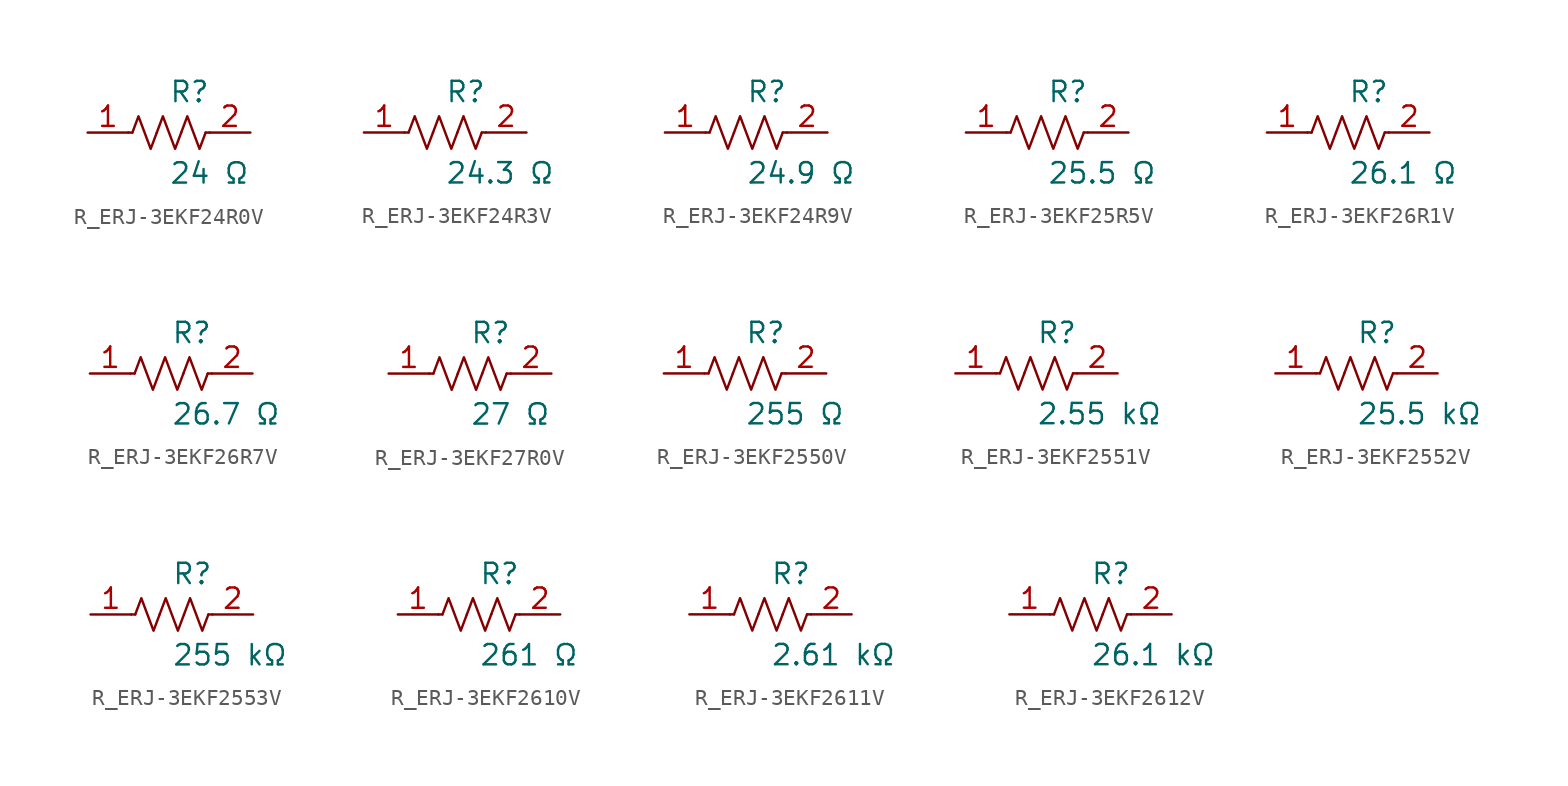
<source format=kicad_sym>
(kicad_symbol_lib
  (version 20231120)
  (generator kicad_symbol_editor)
  (generator_version 8.0)
  (symbol "R_ERJ-3EKF24R0V"
    (pin_names
      (offset 0.254))
    (property "Reference" "R"
      (at 0.0 2.54 0)
      (effects (font (size 1.27 1.27)) (justify left)))
    (property "Value" "24 Ω"
      (at 0.0 -2.54 0)
      (effects (font (size 1.27 1.27)) (justify left)))
    (symbol "R_ERJ-3EKF24R0V_0_1"
      (polyline (pts (xy 2.286 0) (xy 2.54 0)) (stroke (width 0) (type default)) (fill (type none)))
      (polyline (pts (xy -2.286 0) (xy -2.54 0)) (stroke (width 0) (type default)) (fill (type none)))
      (polyline (pts (xy 0.762 0) (xy 1.143 1.016) (xy 1.524 0) (xy 1.905 -1.016) (xy 2.286 0)) (stroke (width 0) (type default)) (fill (type none)))
      (polyline (pts (xy -0.762 0) (xy -0.381 1.016) (xy 0 0) (xy 0.381 -1.016) (xy 0.762 0)) (stroke (width 0) (type default)) (fill (type none)))
      (polyline (pts (xy -2.286 0) (xy -1.905 1.016) (xy -1.524 0) (xy -1.143 -1.016) (xy -0.762 0)) (stroke (width 0) (type default)) (fill (type none))))
    (pin unspecified line
      (at -5.08 0 0)
      (length 2.54)
      (name "" (effects (font (size 1.27 1.27))))
      (number "1" (effects (font (size 1.27 1.27)))))
    (pin unspecified line
      (at 5.08 0 180)
      (length 2.54)
      (name "" (effects (font (size 1.27 1.27))))
      (number "2" (effects (font (size 1.27 1.27))))))
  (symbol "R_ERJ-3EKF24R3V"
    (pin_names
      (offset 0.254))
    (property "Reference" "R"
      (at 0.0 2.54 0)
      (effects (font (size 1.27 1.27)) (justify left)))
    (property "Value" "24.3 Ω"
      (at 0.0 -2.54 0)
      (effects (font (size 1.27 1.27)) (justify left)))
    (symbol "R_ERJ-3EKF24R3V_0_1"
      (polyline (pts (xy 2.286 0) (xy 2.54 0)) (stroke (width 0) (type default)) (fill (type none)))
      (polyline (pts (xy -2.286 0) (xy -2.54 0)) (stroke (width 0) (type default)) (fill (type none)))
      (polyline (pts (xy 0.762 0) (xy 1.143 1.016) (xy 1.524 0) (xy 1.905 -1.016) (xy 2.286 0)) (stroke (width 0) (type default)) (fill (type none)))
      (polyline (pts (xy -0.762 0) (xy -0.381 1.016) (xy 0 0) (xy 0.381 -1.016) (xy 0.762 0)) (stroke (width 0) (type default)) (fill (type none)))
      (polyline (pts (xy -2.286 0) (xy -1.905 1.016) (xy -1.524 0) (xy -1.143 -1.016) (xy -0.762 0)) (stroke (width 0) (type default)) (fill (type none))))
    (pin unspecified line
      (at -5.08 0 0)
      (length 2.54)
      (name "" (effects (font (size 1.27 1.27))))
      (number "1" (effects (font (size 1.27 1.27)))))
    (pin unspecified line
      (at 5.08 0 180)
      (length 2.54)
      (name "" (effects (font (size 1.27 1.27))))
      (number "2" (effects (font (size 1.27 1.27))))))
  (symbol "R_ERJ-3EKF24R9V"
    (pin_names
      (offset 0.254))
    (property "Reference" "R"
      (at 0.0 2.54 0)
      (effects (font (size 1.27 1.27)) (justify left)))
    (property "Value" "24.9 Ω"
      (at 0.0 -2.54 0)
      (effects (font (size 1.27 1.27)) (justify left)))
    (symbol "R_ERJ-3EKF24R9V_0_1"
      (polyline (pts (xy 2.286 0) (xy 2.54 0)) (stroke (width 0) (type default)) (fill (type none)))
      (polyline (pts (xy -2.286 0) (xy -2.54 0)) (stroke (width 0) (type default)) (fill (type none)))
      (polyline (pts (xy 0.762 0) (xy 1.143 1.016) (xy 1.524 0) (xy 1.905 -1.016) (xy 2.286 0)) (stroke (width 0) (type default)) (fill (type none)))
      (polyline (pts (xy -0.762 0) (xy -0.381 1.016) (xy 0 0) (xy 0.381 -1.016) (xy 0.762 0)) (stroke (width 0) (type default)) (fill (type none)))
      (polyline (pts (xy -2.286 0) (xy -1.905 1.016) (xy -1.524 0) (xy -1.143 -1.016) (xy -0.762 0)) (stroke (width 0) (type default)) (fill (type none))))
    (pin unspecified line
      (at -5.08 0 0)
      (length 2.54)
      (name "" (effects (font (size 1.27 1.27))))
      (number "1" (effects (font (size 1.27 1.27)))))
    (pin unspecified line
      (at 5.08 0 180)
      (length 2.54)
      (name "" (effects (font (size 1.27 1.27))))
      (number "2" (effects (font (size 1.27 1.27))))))
  (symbol "R_ERJ-3EKF25R5V"
    (pin_names
      (offset 0.254))
    (property "Reference" "R"
      (at 0.0 2.54 0)
      (effects (font (size 1.27 1.27)) (justify left)))
    (property "Value" "25.5 Ω"
      (at 0.0 -2.54 0)
      (effects (font (size 1.27 1.27)) (justify left)))
    (symbol "R_ERJ-3EKF25R5V_0_1"
      (polyline (pts (xy 2.286 0) (xy 2.54 0)) (stroke (width 0) (type default)) (fill (type none)))
      (polyline (pts (xy -2.286 0) (xy -2.54 0)) (stroke (width 0) (type default)) (fill (type none)))
      (polyline (pts (xy 0.762 0) (xy 1.143 1.016) (xy 1.524 0) (xy 1.905 -1.016) (xy 2.286 0)) (stroke (width 0) (type default)) (fill (type none)))
      (polyline (pts (xy -0.762 0) (xy -0.381 1.016) (xy 0 0) (xy 0.381 -1.016) (xy 0.762 0)) (stroke (width 0) (type default)) (fill (type none)))
      (polyline (pts (xy -2.286 0) (xy -1.905 1.016) (xy -1.524 0) (xy -1.143 -1.016) (xy -0.762 0)) (stroke (width 0) (type default)) (fill (type none))))
    (pin unspecified line
      (at -5.08 0 0)
      (length 2.54)
      (name "" (effects (font (size 1.27 1.27))))
      (number "1" (effects (font (size 1.27 1.27)))))
    (pin unspecified line
      (at 5.08 0 180)
      (length 2.54)
      (name "" (effects (font (size 1.27 1.27))))
      (number "2" (effects (font (size 1.27 1.27))))))
  (symbol "R_ERJ-3EKF26R1V"
    (pin_names
      (offset 0.254))
    (property "Reference" "R"
      (at 0.0 2.54 0)
      (effects (font (size 1.27 1.27)) (justify left)))
    (property "Value" "26.1 Ω"
      (at 0.0 -2.54 0)
      (effects (font (size 1.27 1.27)) (justify left)))
    (symbol "R_ERJ-3EKF26R1V_0_1"
      (polyline (pts (xy 2.286 0) (xy 2.54 0)) (stroke (width 0) (type default)) (fill (type none)))
      (polyline (pts (xy -2.286 0) (xy -2.54 0)) (stroke (width 0) (type default)) (fill (type none)))
      (polyline (pts (xy 0.762 0) (xy 1.143 1.016) (xy 1.524 0) (xy 1.905 -1.016) (xy 2.286 0)) (stroke (width 0) (type default)) (fill (type none)))
      (polyline (pts (xy -0.762 0) (xy -0.381 1.016) (xy 0 0) (xy 0.381 -1.016) (xy 0.762 0)) (stroke (width 0) (type default)) (fill (type none)))
      (polyline (pts (xy -2.286 0) (xy -1.905 1.016) (xy -1.524 0) (xy -1.143 -1.016) (xy -0.762 0)) (stroke (width 0) (type default)) (fill (type none))))
    (pin unspecified line
      (at -5.08 0 0)
      (length 2.54)
      (name "" (effects (font (size 1.27 1.27))))
      (number "1" (effects (font (size 1.27 1.27)))))
    (pin unspecified line
      (at 5.08 0 180)
      (length 2.54)
      (name "" (effects (font (size 1.27 1.27))))
      (number "2" (effects (font (size 1.27 1.27))))))
  (symbol "R_ERJ-3EKF26R7V"
    (pin_names
      (offset 0.254))
    (property "Reference" "R"
      (at 0.0 2.54 0)
      (effects (font (size 1.27 1.27)) (justify left)))
    (property "Value" "26.7 Ω"
      (at 0.0 -2.54 0)
      (effects (font (size 1.27 1.27)) (justify left)))
    (symbol "R_ERJ-3EKF26R7V_0_1"
      (polyline (pts (xy 2.286 0) (xy 2.54 0)) (stroke (width 0) (type default)) (fill (type none)))
      (polyline (pts (xy -2.286 0) (xy -2.54 0)) (stroke (width 0) (type default)) (fill (type none)))
      (polyline (pts (xy 0.762 0) (xy 1.143 1.016) (xy 1.524 0) (xy 1.905 -1.016) (xy 2.286 0)) (stroke (width 0) (type default)) (fill (type none)))
      (polyline (pts (xy -0.762 0) (xy -0.381 1.016) (xy 0 0) (xy 0.381 -1.016) (xy 0.762 0)) (stroke (width 0) (type default)) (fill (type none)))
      (polyline (pts (xy -2.286 0) (xy -1.905 1.016) (xy -1.524 0) (xy -1.143 -1.016) (xy -0.762 0)) (stroke (width 0) (type default)) (fill (type none))))
    (pin unspecified line
      (at -5.08 0 0)
      (length 2.54)
      (name "" (effects (font (size 1.27 1.27))))
      (number "1" (effects (font (size 1.27 1.27)))))
    (pin unspecified line
      (at 5.08 0 180)
      (length 2.54)
      (name "" (effects (font (size 1.27 1.27))))
      (number "2" (effects (font (size 1.27 1.27))))))
  (symbol "R_ERJ-3EKF27R0V"
    (pin_names
      (offset 0.254))
    (property "Reference" "R"
      (at 0.0 2.54 0)
      (effects (font (size 1.27 1.27)) (justify left)))
    (property "Value" "27 Ω"
      (at 0.0 -2.54 0)
      (effects (font (size 1.27 1.27)) (justify left)))
    (symbol "R_ERJ-3EKF27R0V_0_1"
      (polyline (pts (xy 2.286 0) (xy 2.54 0)) (stroke (width 0) (type default)) (fill (type none)))
      (polyline (pts (xy -2.286 0) (xy -2.54 0)) (stroke (width 0) (type default)) (fill (type none)))
      (polyline (pts (xy 0.762 0) (xy 1.143 1.016) (xy 1.524 0) (xy 1.905 -1.016) (xy 2.286 0)) (stroke (width 0) (type default)) (fill (type none)))
      (polyline (pts (xy -0.762 0) (xy -0.381 1.016) (xy 0 0) (xy 0.381 -1.016) (xy 0.762 0)) (stroke (width 0) (type default)) (fill (type none)))
      (polyline (pts (xy -2.286 0) (xy -1.905 1.016) (xy -1.524 0) (xy -1.143 -1.016) (xy -0.762 0)) (stroke (width 0) (type default)) (fill (type none))))
    (pin unspecified line
      (at -5.08 0 0)
      (length 2.54)
      (name "" (effects (font (size 1.27 1.27))))
      (number "1" (effects (font (size 1.27 1.27)))))
    (pin unspecified line
      (at 5.08 0 180)
      (length 2.54)
      (name "" (effects (font (size 1.27 1.27))))
      (number "2" (effects (font (size 1.27 1.27))))))
  (symbol "R_ERJ-3EKF2550V"
    (pin_names
      (offset 0.254))
    (property "Reference" "R"
      (at 0.0 2.54 0)
      (effects (font (size 1.27 1.27)) (justify left)))
    (property "Value" "255 Ω"
      (at 0.0 -2.54 0)
      (effects (font (size 1.27 1.27)) (justify left)))
    (symbol "R_ERJ-3EKF2550V_0_1"
      (polyline (pts (xy 2.286 0) (xy 2.54 0)) (stroke (width 0) (type default)) (fill (type none)))
      (polyline (pts (xy -2.286 0) (xy -2.54 0)) (stroke (width 0) (type default)) (fill (type none)))
      (polyline (pts (xy 0.762 0) (xy 1.143 1.016) (xy 1.524 0) (xy 1.905 -1.016) (xy 2.286 0)) (stroke (width 0) (type default)) (fill (type none)))
      (polyline (pts (xy -0.762 0) (xy -0.381 1.016) (xy 0 0) (xy 0.381 -1.016) (xy 0.762 0)) (stroke (width 0) (type default)) (fill (type none)))
      (polyline (pts (xy -2.286 0) (xy -1.905 1.016) (xy -1.524 0) (xy -1.143 -1.016) (xy -0.762 0)) (stroke (width 0) (type default)) (fill (type none))))
    (pin unspecified line
      (at -5.08 0 0)
      (length 2.54)
      (name "" (effects (font (size 1.27 1.27))))
      (number "1" (effects (font (size 1.27 1.27)))))
    (pin unspecified line
      (at 5.08 0 180)
      (length 2.54)
      (name "" (effects (font (size 1.27 1.27))))
      (number "2" (effects (font (size 1.27 1.27))))))
  (symbol "R_ERJ-3EKF2551V"
    (pin_names
      (offset 0.254))
    (property "Reference" "R"
      (at 0.0 2.54 0)
      (effects (font (size 1.27 1.27)) (justify left)))
    (property "Value" "2.55 kΩ"
      (at 0.0 -2.54 0)
      (effects (font (size 1.27 1.27)) (justify left)))
    (symbol "R_ERJ-3EKF2551V_0_1"
      (polyline (pts (xy 2.286 0) (xy 2.54 0)) (stroke (width 0) (type default)) (fill (type none)))
      (polyline (pts (xy -2.286 0) (xy -2.54 0)) (stroke (width 0) (type default)) (fill (type none)))
      (polyline (pts (xy 0.762 0) (xy 1.143 1.016) (xy 1.524 0) (xy 1.905 -1.016) (xy 2.286 0)) (stroke (width 0) (type default)) (fill (type none)))
      (polyline (pts (xy -0.762 0) (xy -0.381 1.016) (xy 0 0) (xy 0.381 -1.016) (xy 0.762 0)) (stroke (width 0) (type default)) (fill (type none)))
      (polyline (pts (xy -2.286 0) (xy -1.905 1.016) (xy -1.524 0) (xy -1.143 -1.016) (xy -0.762 0)) (stroke (width 0) (type default)) (fill (type none))))
    (pin unspecified line
      (at -5.08 0 0)
      (length 2.54)
      (name "" (effects (font (size 1.27 1.27))))
      (number "1" (effects (font (size 1.27 1.27)))))
    (pin unspecified line
      (at 5.08 0 180)
      (length 2.54)
      (name "" (effects (font (size 1.27 1.27))))
      (number "2" (effects (font (size 1.27 1.27))))))
  (symbol "R_ERJ-3EKF2552V"
    (pin_names
      (offset 0.254))
    (property "Reference" "R"
      (at 0.0 2.54 0)
      (effects (font (size 1.27 1.27)) (justify left)))
    (property "Value" "25.5 kΩ"
      (at 0.0 -2.54 0)
      (effects (font (size 1.27 1.27)) (justify left)))
    (symbol "R_ERJ-3EKF2552V_0_1"
      (polyline (pts (xy 2.286 0) (xy 2.54 0)) (stroke (width 0) (type default)) (fill (type none)))
      (polyline (pts (xy -2.286 0) (xy -2.54 0)) (stroke (width 0) (type default)) (fill (type none)))
      (polyline (pts (xy 0.762 0) (xy 1.143 1.016) (xy 1.524 0) (xy 1.905 -1.016) (xy 2.286 0)) (stroke (width 0) (type default)) (fill (type none)))
      (polyline (pts (xy -0.762 0) (xy -0.381 1.016) (xy 0 0) (xy 0.381 -1.016) (xy 0.762 0)) (stroke (width 0) (type default)) (fill (type none)))
      (polyline (pts (xy -2.286 0) (xy -1.905 1.016) (xy -1.524 0) (xy -1.143 -1.016) (xy -0.762 0)) (stroke (width 0) (type default)) (fill (type none))))
    (pin unspecified line
      (at -5.08 0 0)
      (length 2.54)
      (name "" (effects (font (size 1.27 1.27))))
      (number "1" (effects (font (size 1.27 1.27)))))
    (pin unspecified line
      (at 5.08 0 180)
      (length 2.54)
      (name "" (effects (font (size 1.27 1.27))))
      (number "2" (effects (font (size 1.27 1.27))))))
  (symbol "R_ERJ-3EKF2553V"
    (pin_names
      (offset 0.254))
    (property "Reference" "R"
      (at 0.0 2.54 0)
      (effects (font (size 1.27 1.27)) (justify left)))
    (property "Value" "255 kΩ"
      (at 0.0 -2.54 0)
      (effects (font (size 1.27 1.27)) (justify left)))
    (symbol "R_ERJ-3EKF2553V_0_1"
      (polyline (pts (xy 2.286 0) (xy 2.54 0)) (stroke (width 0) (type default)) (fill (type none)))
      (polyline (pts (xy -2.286 0) (xy -2.54 0)) (stroke (width 0) (type default)) (fill (type none)))
      (polyline (pts (xy 0.762 0) (xy 1.143 1.016) (xy 1.524 0) (xy 1.905 -1.016) (xy 2.286 0)) (stroke (width 0) (type default)) (fill (type none)))
      (polyline (pts (xy -0.762 0) (xy -0.381 1.016) (xy 0 0) (xy 0.381 -1.016) (xy 0.762 0)) (stroke (width 0) (type default)) (fill (type none)))
      (polyline (pts (xy -2.286 0) (xy -1.905 1.016) (xy -1.524 0) (xy -1.143 -1.016) (xy -0.762 0)) (stroke (width 0) (type default)) (fill (type none))))
    (pin unspecified line
      (at -5.08 0 0)
      (length 2.54)
      (name "" (effects (font (size 1.27 1.27))))
      (number "1" (effects (font (size 1.27 1.27)))))
    (pin unspecified line
      (at 5.08 0 180)
      (length 2.54)
      (name "" (effects (font (size 1.27 1.27))))
      (number "2" (effects (font (size 1.27 1.27))))))
  (symbol "R_ERJ-3EKF2610V"
    (pin_names
      (offset 0.254))
    (property "Reference" "R"
      (at 0.0 2.54 0)
      (effects (font (size 1.27 1.27)) (justify left)))
    (property "Value" "261 Ω"
      (at 0.0 -2.54 0)
      (effects (font (size 1.27 1.27)) (justify left)))
    (symbol "R_ERJ-3EKF2610V_0_1"
      (polyline (pts (xy 2.286 0) (xy 2.54 0)) (stroke (width 0) (type default)) (fill (type none)))
      (polyline (pts (xy -2.286 0) (xy -2.54 0)) (stroke (width 0) (type default)) (fill (type none)))
      (polyline (pts (xy 0.762 0) (xy 1.143 1.016) (xy 1.524 0) (xy 1.905 -1.016) (xy 2.286 0)) (stroke (width 0) (type default)) (fill (type none)))
      (polyline (pts (xy -0.762 0) (xy -0.381 1.016) (xy 0 0) (xy 0.381 -1.016) (xy 0.762 0)) (stroke (width 0) (type default)) (fill (type none)))
      (polyline (pts (xy -2.286 0) (xy -1.905 1.016) (xy -1.524 0) (xy -1.143 -1.016) (xy -0.762 0)) (stroke (width 0) (type default)) (fill (type none))))
    (pin unspecified line
      (at -5.08 0 0)
      (length 2.54)
      (name "" (effects (font (size 1.27 1.27))))
      (number "1" (effects (font (size 1.27 1.27)))))
    (pin unspecified line
      (at 5.08 0 180)
      (length 2.54)
      (name "" (effects (font (size 1.27 1.27))))
      (number "2" (effects (font (size 1.27 1.27))))))
  (symbol "R_ERJ-3EKF2611V"
    (pin_names
      (offset 0.254))
    (property "Reference" "R"
      (at 0.0 2.54 0)
      (effects (font (size 1.27 1.27)) (justify left)))
    (property "Value" "2.61 kΩ"
      (at 0.0 -2.54 0)
      (effects (font (size 1.27 1.27)) (justify left)))
    (symbol "R_ERJ-3EKF2611V_0_1"
      (polyline (pts (xy 2.286 0) (xy 2.54 0)) (stroke (width 0) (type default)) (fill (type none)))
      (polyline (pts (xy -2.286 0) (xy -2.54 0)) (stroke (width 0) (type default)) (fill (type none)))
      (polyline (pts (xy 0.762 0) (xy 1.143 1.016) (xy 1.524 0) (xy 1.905 -1.016) (xy 2.286 0)) (stroke (width 0) (type default)) (fill (type none)))
      (polyline (pts (xy -0.762 0) (xy -0.381 1.016) (xy 0 0) (xy 0.381 -1.016) (xy 0.762 0)) (stroke (width 0) (type default)) (fill (type none)))
      (polyline (pts (xy -2.286 0) (xy -1.905 1.016) (xy -1.524 0) (xy -1.143 -1.016) (xy -0.762 0)) (stroke (width 0) (type default)) (fill (type none))))
    (pin unspecified line
      (at -5.08 0 0)
      (length 2.54)
      (name "" (effects (font (size 1.27 1.27))))
      (number "1" (effects (font (size 1.27 1.27)))))
    (pin unspecified line
      (at 5.08 0 180)
      (length 2.54)
      (name "" (effects (font (size 1.27 1.27))))
      (number "2" (effects (font (size 1.27 1.27))))))
  (symbol "R_ERJ-3EKF2612V"
    (pin_names
      (offset 0.254))
    (property "Reference" "R"
      (at 0.0 2.54 0)
      (effects (font (size 1.27 1.27)) (justify left)))
    (property "Value" "26.1 kΩ"
      (at 0.0 -2.54 0)
      (effects (font (size 1.27 1.27)) (justify left)))
    (symbol "R_ERJ-3EKF2612V_0_1"
      (polyline (pts (xy 2.286 0) (xy 2.54 0)) (stroke (width 0) (type default)) (fill (type none)))
      (polyline (pts (xy -2.286 0) (xy -2.54 0)) (stroke (width 0) (type default)) (fill (type none)))
      (polyline (pts (xy 0.762 0) (xy 1.143 1.016) (xy 1.524 0) (xy 1.905 -1.016) (xy 2.286 0)) (stroke (width 0) (type default)) (fill (type none)))
      (polyline (pts (xy -0.762 0) (xy -0.381 1.016) (xy 0 0) (xy 0.381 -1.016) (xy 0.762 0)) (stroke (width 0) (type default)) (fill (type none)))
      (polyline (pts (xy -2.286 0) (xy -1.905 1.016) (xy -1.524 0) (xy -1.143 -1.016) (xy -0.762 0)) (stroke (width 0) (type default)) (fill (type none))))
    (pin unspecified line
      (at -5.08 0 0)
      (length 2.54)
      (name "" (effects (font (size 1.27 1.27))))
      (number "1" (effects (font (size 1.27 1.27)))))
    (pin unspecified line
      (at 5.08 0 180)
      (length 2.54)
      (name "" (effects (font (size 1.27 1.27))))
      (number "2" (effects (font (size 1.27 1.27)))))))
</source>
